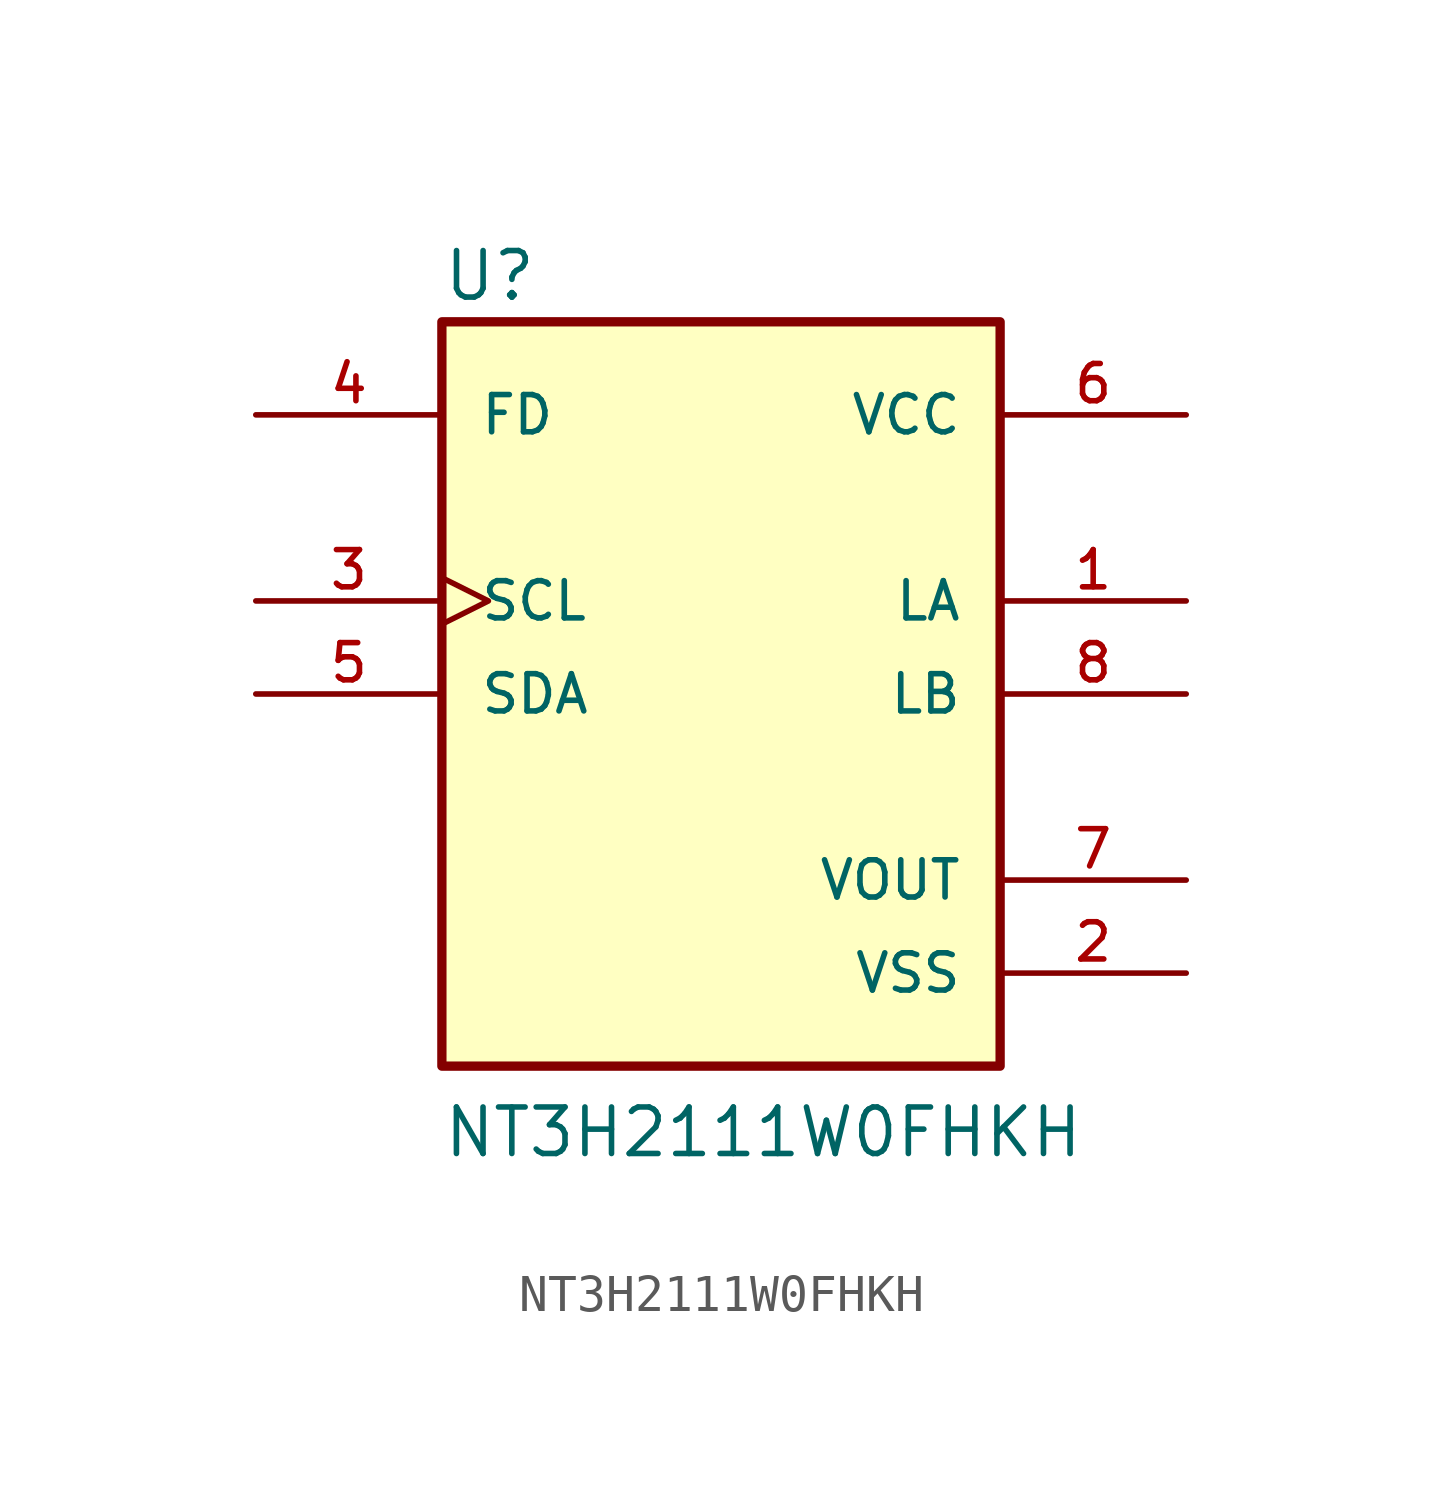
<source format=kicad_sym>
(kicad_symbol_lib
  (version 20211014)
  (generator kicad_symbol_editor)
  (symbol "NT3H2111W0FHKH"
    (pin_names
      (offset 1.016))
    (property "Reference" "U"
      (at -7.623 10.672 0)
      (effects (font (size 1.27 1.27)) (justify bottom left)))
    (property "Value" "NT3H2111W0FHKH"
      (at -7.625 -12.708 0)
      (effects (font (size 1.27 1.27)) (justify bottom left)))
    (symbol "NT3H2111W0FHKH_0_0"
      (rectangle (start -7.62 -10.16) (end 7.62 10.16) (stroke (width 0.254)) (fill (type background)))
      (pin bidirectional line (at 12.7 2.54 180.0) (length 5.08) (name "LA" (effects (font (size 1.016 1.016)))) (number "1" (effects (font (size 1.016 1.016)))))
      (pin power_in line (at 12.7 -7.62 180.0) (length 5.08) (name "VSS" (effects (font (size 1.016 1.016)))) (number "2" (effects (font (size 1.016 1.016)))))
      (pin input clock (at -12.7 2.54 0) (length 5.08) (name "SCL" (effects (font (size 1.016 1.016)))) (number "3" (effects (font (size 1.016 1.016)))))
      (pin input line (at -12.7 7.62 0) (length 5.08) (name "FD" (effects (font (size 1.016 1.016)))) (number "4" (effects (font (size 1.016 1.016)))))
      (pin bidirectional line (at -12.7 0.0 0) (length 5.08) (name "SDA" (effects (font (size 1.016 1.016)))) (number "5" (effects (font (size 1.016 1.016)))))
      (pin power_in line (at 12.7 7.62 180.0) (length 5.08) (name "VCC" (effects (font (size 1.016 1.016)))) (number "6" (effects (font (size 1.016 1.016)))))
      (pin output line (at 12.7 -5.08 180.0) (length 5.08) (name "VOUT" (effects (font (size 1.016 1.016)))) (number "7" (effects (font (size 1.016 1.016)))))
      (pin bidirectional line (at 12.7 0.0 180.0) (length 5.08) (name "LB" (effects (font (size 1.016 1.016)))) (number "8" (effects (font (size 1.016 1.016))))))))
</source>
